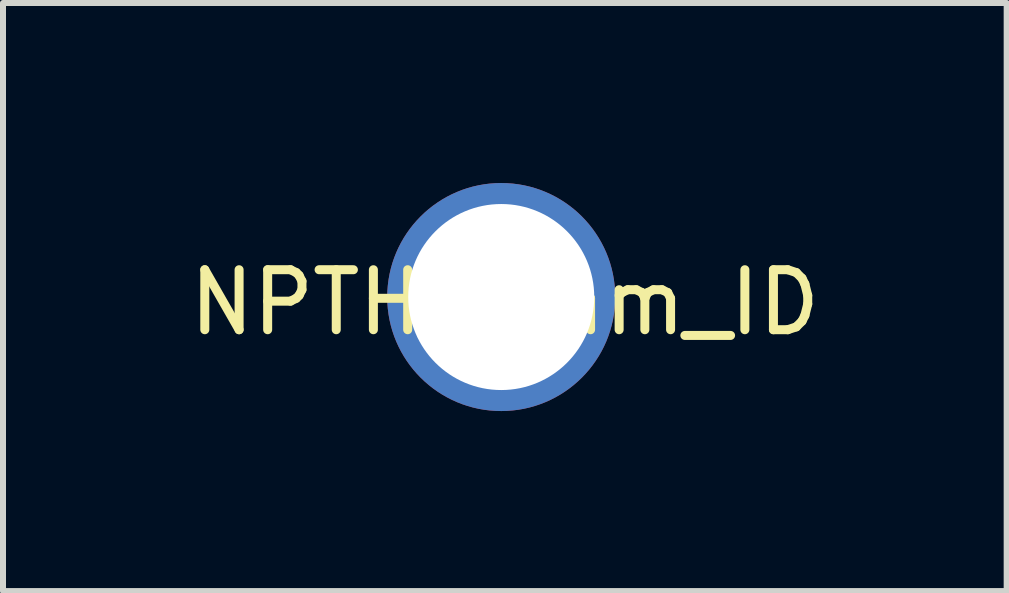
<source format=kicad_pcb>
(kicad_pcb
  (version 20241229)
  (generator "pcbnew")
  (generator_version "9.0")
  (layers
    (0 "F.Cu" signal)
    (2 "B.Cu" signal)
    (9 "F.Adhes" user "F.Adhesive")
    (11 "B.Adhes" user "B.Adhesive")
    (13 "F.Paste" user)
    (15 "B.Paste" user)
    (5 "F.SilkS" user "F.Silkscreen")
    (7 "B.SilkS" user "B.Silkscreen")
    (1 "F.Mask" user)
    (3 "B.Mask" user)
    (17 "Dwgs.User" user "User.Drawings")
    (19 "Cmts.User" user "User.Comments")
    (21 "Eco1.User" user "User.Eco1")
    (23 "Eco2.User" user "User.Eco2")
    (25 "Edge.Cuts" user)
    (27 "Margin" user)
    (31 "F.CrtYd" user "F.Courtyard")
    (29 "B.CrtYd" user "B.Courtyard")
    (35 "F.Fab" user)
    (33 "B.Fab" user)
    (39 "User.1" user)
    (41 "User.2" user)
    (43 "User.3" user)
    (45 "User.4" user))
  (footprint "NPTH_3mm_ID"
    (layer "F.Cu")
    (at 5.303 1.9)
    (property "Reference" "NPTH_3mm_ID" (at 0.06 0.09 0) (layer "F.SilkS") (effects (font (size 1 1) (thickness 0.15))))
    (attr through_hole)
    (pad "" np_thru_hole circle (at 0 0) (size 3.8 3.8) (drill 3.1) (layers "*.Cu" "*.Mask")))
  (gr_rect
    (start -3 -3)
    (end 13.726 6.8)
    (stroke (width 0.1) (type default))
    (fill no)
    (layer "Edge.Cuts")))
</source>
